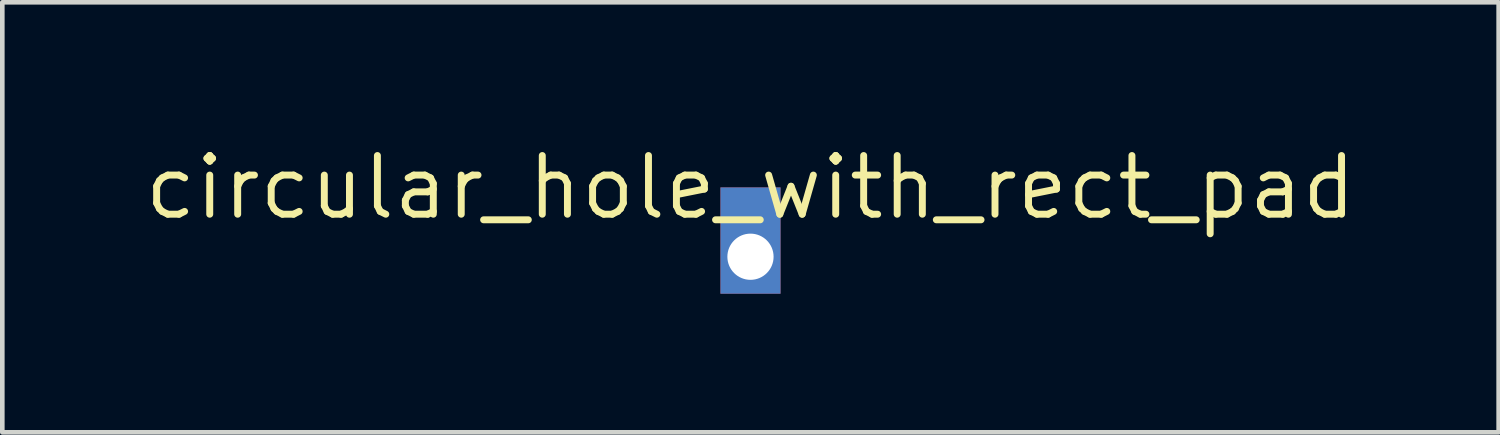
<source format=kicad_pcb>
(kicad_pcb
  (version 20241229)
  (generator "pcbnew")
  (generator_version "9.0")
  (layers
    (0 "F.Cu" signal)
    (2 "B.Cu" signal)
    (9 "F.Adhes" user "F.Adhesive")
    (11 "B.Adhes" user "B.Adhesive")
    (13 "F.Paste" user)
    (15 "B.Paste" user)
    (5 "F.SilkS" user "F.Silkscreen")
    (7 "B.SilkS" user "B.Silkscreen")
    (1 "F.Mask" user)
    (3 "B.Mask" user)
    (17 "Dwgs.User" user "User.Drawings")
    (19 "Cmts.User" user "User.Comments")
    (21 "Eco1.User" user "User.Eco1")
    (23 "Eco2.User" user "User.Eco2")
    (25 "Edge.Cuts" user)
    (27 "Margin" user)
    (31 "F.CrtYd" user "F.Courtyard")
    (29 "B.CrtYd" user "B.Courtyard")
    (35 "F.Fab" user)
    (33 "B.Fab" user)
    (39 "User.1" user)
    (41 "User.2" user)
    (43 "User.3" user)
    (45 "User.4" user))
  (footprint "circular_hole_with_rect_pad"
    (layer "F.Cu")
    (at 13.191 1.006)
    (property "Reference" "circular_hole_with_rect_pad" (at 0 0 0) (layer "F.SilkS") (effects (font (size 1.27 1.27) (thickness 0.15))))
    (pad "1" thru_hole rect (at 0 1.5 90) (size 2.3 1.3) (drill 1 (offset 0.35 0)) (property pad_prop_castellated) (layers "*.Cu" "*.Mask")))
  (gr_rect
    (start -3 -3)
    (end 29.382 6.306)
    (stroke (width 0.1) (type default))
    (fill no)
    (layer "Edge.Cuts")))
</source>
